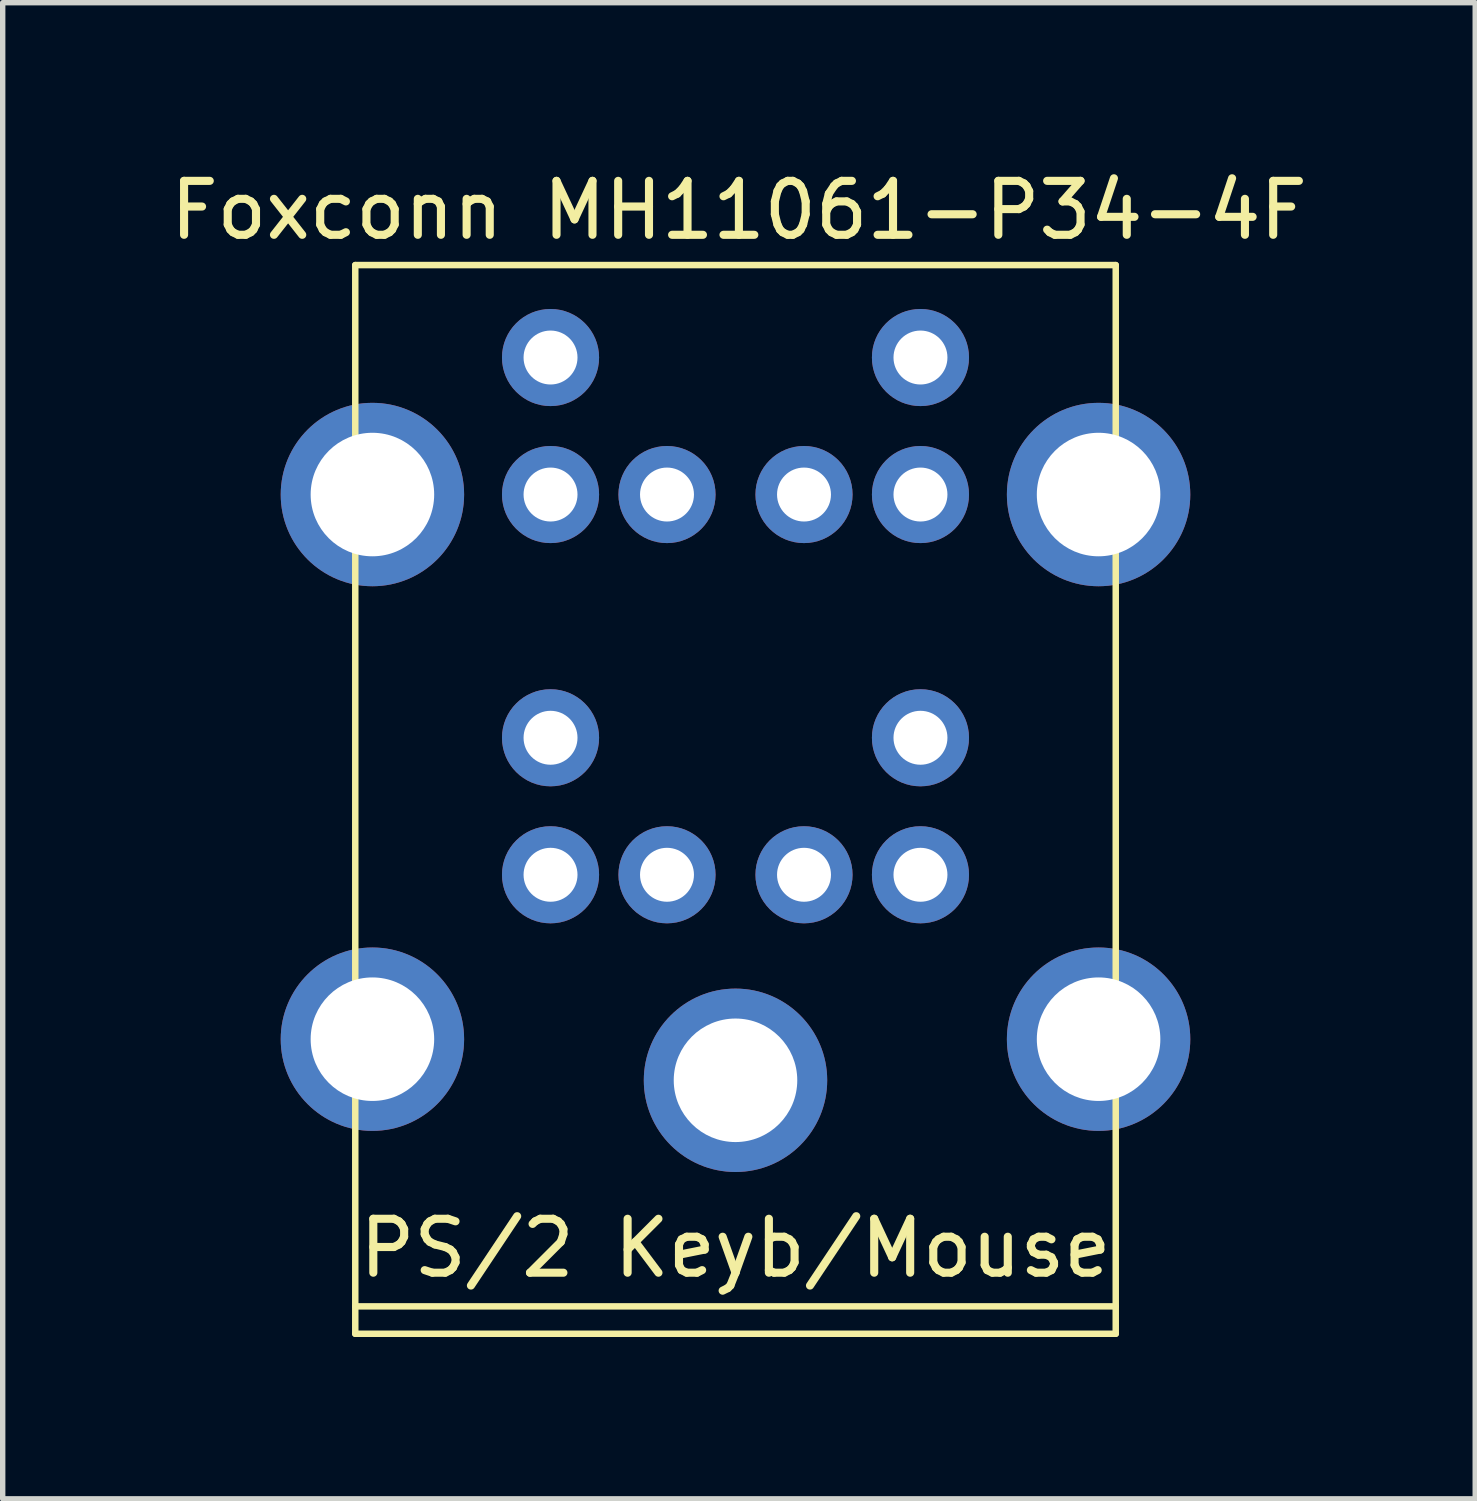
<source format=kicad_pcb>
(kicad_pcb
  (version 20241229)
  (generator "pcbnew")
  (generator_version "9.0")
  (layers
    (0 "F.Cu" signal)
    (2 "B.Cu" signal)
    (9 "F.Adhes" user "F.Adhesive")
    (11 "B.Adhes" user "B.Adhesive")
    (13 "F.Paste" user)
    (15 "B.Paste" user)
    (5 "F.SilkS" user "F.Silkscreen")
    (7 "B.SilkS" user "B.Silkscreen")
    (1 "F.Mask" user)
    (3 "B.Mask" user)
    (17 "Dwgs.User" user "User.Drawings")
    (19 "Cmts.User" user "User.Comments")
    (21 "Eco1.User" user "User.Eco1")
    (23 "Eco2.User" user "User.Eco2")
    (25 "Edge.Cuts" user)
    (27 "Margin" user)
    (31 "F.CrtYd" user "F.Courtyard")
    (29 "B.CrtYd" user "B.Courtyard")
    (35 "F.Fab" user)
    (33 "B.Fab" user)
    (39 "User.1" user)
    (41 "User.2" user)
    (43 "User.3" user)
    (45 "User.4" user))
  (footprint "Foxconn MH11061-P34-4F"
    (layer "F.Cu")
    (at 16.935 1.737)
    (property "Reference" "Foxconn MH11061-P34-4F" (at -6.287 -0.889 0) (layer "F.SilkS") (effects (font (size 1 1) (thickness 0.15))))
    (attr through_hole)
    (fp_line (start -13.399 0.127) (end 0.699 0.127) (stroke (width 0.12) (type solid)) (layer "F.SilkS"))
    (fp_line (start -13.399 19.431) (end 0.699 19.431) (stroke (width 0.12) (type solid)) (layer "F.SilkS"))
    (fp_line (start -13.399 19.939) (end -13.399 0.127) (stroke (width 0.12) (type solid)) (layer "F.SilkS"))
    (fp_line (start -13.399 19.939) (end 0.699 19.939) (stroke (width 0.12) (type solid)) (layer "F.SilkS"))
    (fp_line (start 0.699 0.127) (end 0.699 19.939) (stroke (width 0.12) (type solid)) (layer "F.SilkS"))
    (fp_text user "PS/2 Keyb/Mouse" (at -6.35 18.352 0) (layer "F.SilkS") (effects (font (size 1 1) (thickness 0.15))))
    (pad "1" thru_hole circle (at -5.08 11.43) (size 1.8 1.8) (drill 1) (layers "*.Cu" "*.Mask"))
    (pad "2" thru_hole circle (at -7.62 11.43) (size 1.8 1.8) (drill 1) (layers "*.Cu" "*.Mask"))
    (pad "3" thru_hole circle (at -2.921 11.43) (size 1.8 1.8) (drill 1) (layers "*.Cu" "*.Mask"))
    (pad "4" thru_hole circle (at -9.779 11.43) (size 1.8 1.8) (drill 1) (layers "*.Cu" "*.Mask"))
    (pad "5" thru_hole circle (at -2.921 8.89) (size 1.8 1.8) (drill 1) (layers "*.Cu" "*.Mask"))
    (pad "6" thru_hole circle (at -9.779 8.89) (size 1.8 1.8) (drill 1) (layers "*.Cu" "*.Mask"))
    (pad "7" thru_hole circle (at -5.08 4.381) (size 1.8 1.8) (drill 1) (layers "*.Cu" "*.Mask"))
    (pad "8" thru_hole circle (at -7.62 4.381) (size 1.8 1.8) (drill 1) (layers "*.Cu" "*.Mask"))
    (pad "9" thru_hole circle (at -2.921 4.381) (size 1.8 1.8) (drill 1) (layers "*.Cu" "*.Mask"))
    (pad "10" thru_hole circle (at -9.779 4.381) (size 1.8 1.8) (drill 1) (layers "*.Cu" "*.Mask"))
    (pad "11" thru_hole circle (at -2.921 1.841) (size 1.8 1.8) (drill 1) (layers "*.Cu" "*.Mask"))
    (pad "12" thru_hole circle (at -9.779 1.841) (size 1.8 1.8) (drill 1) (layers "*.Cu" "*.Mask"))
    (pad "SH" thru_hole circle (at -13.081 4.381) (size 3.4 3.4) (drill 2.29) (layers "*.Cu" "*.Mask"))
    (pad "SH" thru_hole circle (at -13.081 14.478) (size 3.4 3.4) (drill 2.29) (layers "*.Cu" "*.Mask"))
    (pad "SH" thru_hole circle (at -6.35 15.24) (size 3.4 3.4) (drill 2.29) (layers "*.Cu" "*.Mask"))
    (pad "SH" thru_hole circle (at 0.381 4.381) (size 3.4 3.4) (drill 2.29) (layers "*.Cu" "*.Mask"))
    (pad "SH" thru_hole circle (at 0.381 14.478) (size 3.4 3.4) (drill 2.29) (layers "*.Cu" "*.Mask")))
  (gr_rect
    (start -3 -3)
    (end 24.298 24.736)
    (stroke (width 0.1) (type default))
    (fill no)
    (layer "Edge.Cuts")))
</source>
